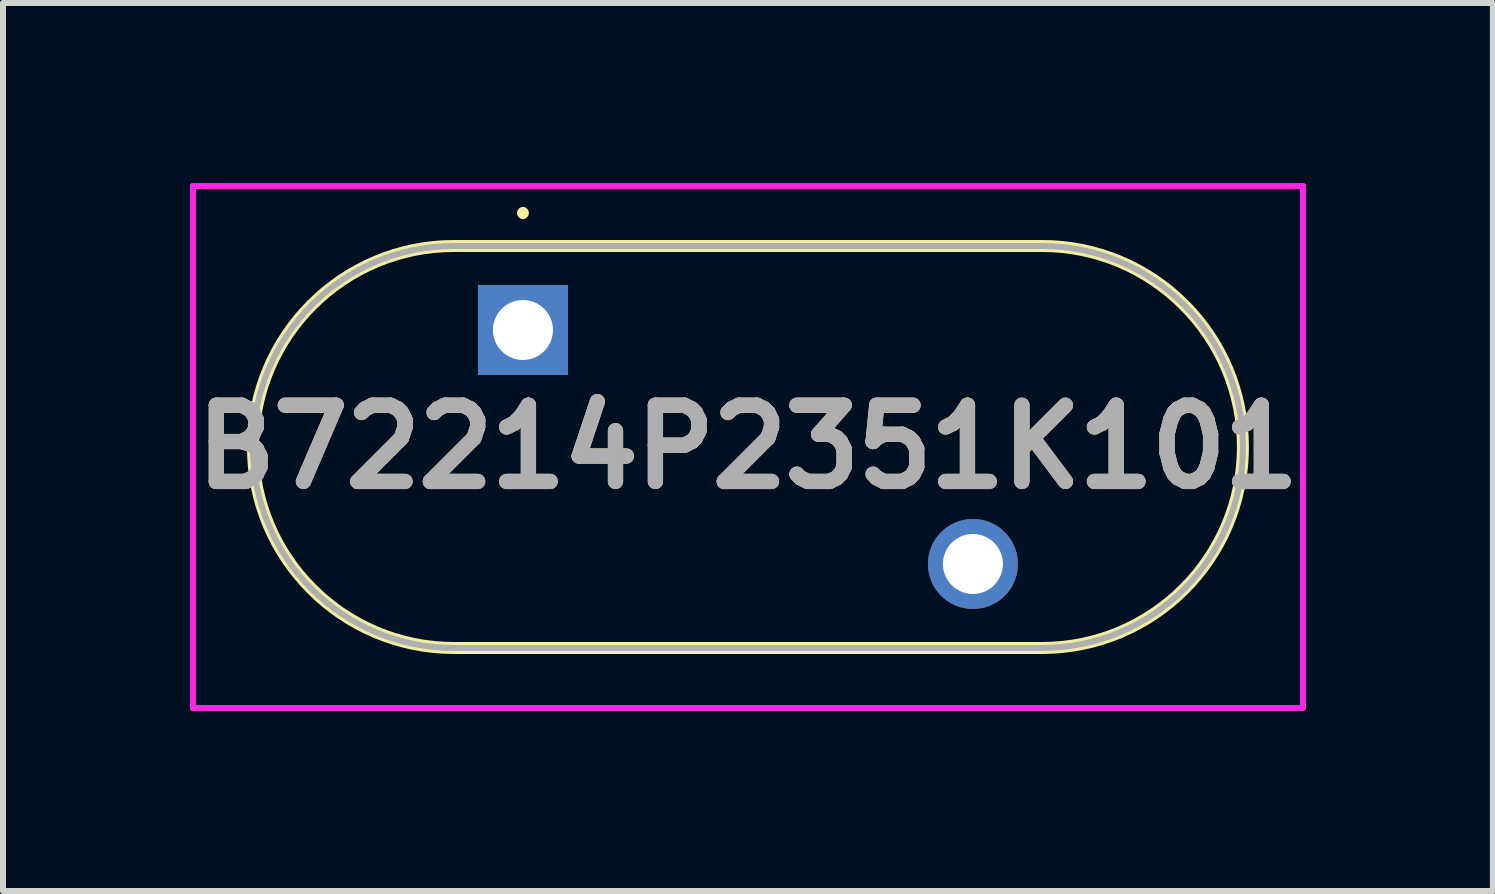
<source format=kicad_pcb>
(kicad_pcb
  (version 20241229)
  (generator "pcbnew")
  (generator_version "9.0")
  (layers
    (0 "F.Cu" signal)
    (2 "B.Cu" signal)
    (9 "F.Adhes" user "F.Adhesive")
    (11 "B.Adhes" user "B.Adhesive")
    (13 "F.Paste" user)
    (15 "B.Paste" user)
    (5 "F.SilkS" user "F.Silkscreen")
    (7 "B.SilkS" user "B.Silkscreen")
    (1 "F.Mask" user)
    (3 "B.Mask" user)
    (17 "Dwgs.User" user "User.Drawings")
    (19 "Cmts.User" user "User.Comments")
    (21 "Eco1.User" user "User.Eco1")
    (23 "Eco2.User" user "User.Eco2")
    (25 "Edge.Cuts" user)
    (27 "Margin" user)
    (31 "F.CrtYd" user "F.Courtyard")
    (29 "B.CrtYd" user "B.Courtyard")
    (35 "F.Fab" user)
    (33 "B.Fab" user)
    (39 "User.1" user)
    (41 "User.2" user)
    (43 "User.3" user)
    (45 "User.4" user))
  (footprint "B72214P2351K101"
    (layer "F.Cu")
    (at 5.666 2.45)
    (property "Reference" "B72214P2351K101" (at 3.75 1.95 0) (layer "F.SilkS") (effects (font (size 1.27 1.27) (thickness 0.254))))
    (attr through_hole)
    (fp_line (start -1.15 -1.4) (end -1.15 -1.4) (stroke (width 0.2) (type solid)) (layer "F.SilkS"))
    (fp_line (start -1.15 5.3) (end 8.65 5.3) (stroke (width 0.2) (type solid)) (layer "F.SilkS"))
    (fp_line (start 0 -2) (end 0 -2) (stroke (width 0.1) (type solid)) (layer "F.SilkS"))
    (fp_line (start 0 -1.9) (end 0 -1.9) (stroke (width 0.1) (type solid)) (layer "F.SilkS"))
    (fp_line (start 8.65 -1.4) (end -1.15 -1.4) (stroke (width 0.2) (type solid)) (layer "F.SilkS"))
    (fp_line (start 8.65 5.3) (end 8.65 5.3) (stroke (width 0.2) (type solid)) (layer "F.SilkS"))
    (fp_arc (start -1.15 5.3) (mid -4.5 1.95) (end -1.15 -1.4) (stroke (width 0.2) (type solid)) (layer "F.SilkS"))
    (fp_arc (start 0 -2) (mid 0.05 -1.95) (end 0 -1.9) (stroke (width 0.1) (type solid)) (layer "F.SilkS"))
    (fp_arc (start 0 -1.9) (mid -0.05 -1.95) (end 0 -2) (stroke (width 0.1) (type solid)) (layer "F.SilkS"))
    (fp_arc (start 8.65 -1.4) (mid 12 1.95) (end 8.65 5.3) (stroke (width 0.2) (type solid)) (layer "F.SilkS"))
    (fp_line (start -5.5 -2.4) (end 13 -2.4) (stroke (width 0.1) (type solid)) (layer "F.CrtYd"))
    (fp_line (start -5.5 6.3) (end -5.5 -2.4) (stroke (width 0.1) (type solid)) (layer "F.CrtYd"))
    (fp_line (start 13 -2.4) (end 13 6.3) (stroke (width 0.1) (type solid)) (layer "F.CrtYd"))
    (fp_line (start 13 6.3) (end -5.5 6.3) (stroke (width 0.1) (type solid)) (layer "F.CrtYd"))
    (fp_line (start -1.15 -1.4) (end 8.65 -1.4) (stroke (width 0.1) (type solid)) (layer "F.Fab"))
    (fp_line (start -1.15 5.3) (end -1.15 5.3) (stroke (width 0.1) (type solid)) (layer "F.Fab"))
    (fp_line (start 8.65 -1.4) (end 8.65 -1.4) (stroke (width 0.1) (type solid)) (layer "F.Fab"))
    (fp_line (start 8.65 5.3) (end -1.15 5.3) (stroke (width 0.1) (type solid)) (layer "F.Fab"))
    (fp_arc (start -1.15 5.3) (mid -4.5 1.95) (end -1.15 -1.4) (stroke (width 0.1) (type solid)) (layer "F.Fab"))
    (fp_arc (start 8.65 -1.4) (mid 12 1.95) (end 8.65 5.3) (stroke (width 0.1) (type solid)) (layer "F.Fab"))
    (fp_text user "${REFERENCE}" (at 3.75 1.95 0) (layer "F.Fab") (effects (font (size 1.27 1.27) (thickness 0.254))))
    (pad "1" thru_hole rect (at 0 0) (size 1.5 1.5) (drill 1) (layers "*.Cu" "*.Mask"))
    (pad "2" thru_hole circle (at 7.5 3.9) (size 1.5 1.5) (drill 1) (layers "*.Cu" "*.Mask")))
  (gr_rect
    (start -3 -3)
    (end 21.832 11.8)
    (stroke (width 0.1) (type default))
    (fill no)
    (layer "Edge.Cuts")))
</source>
